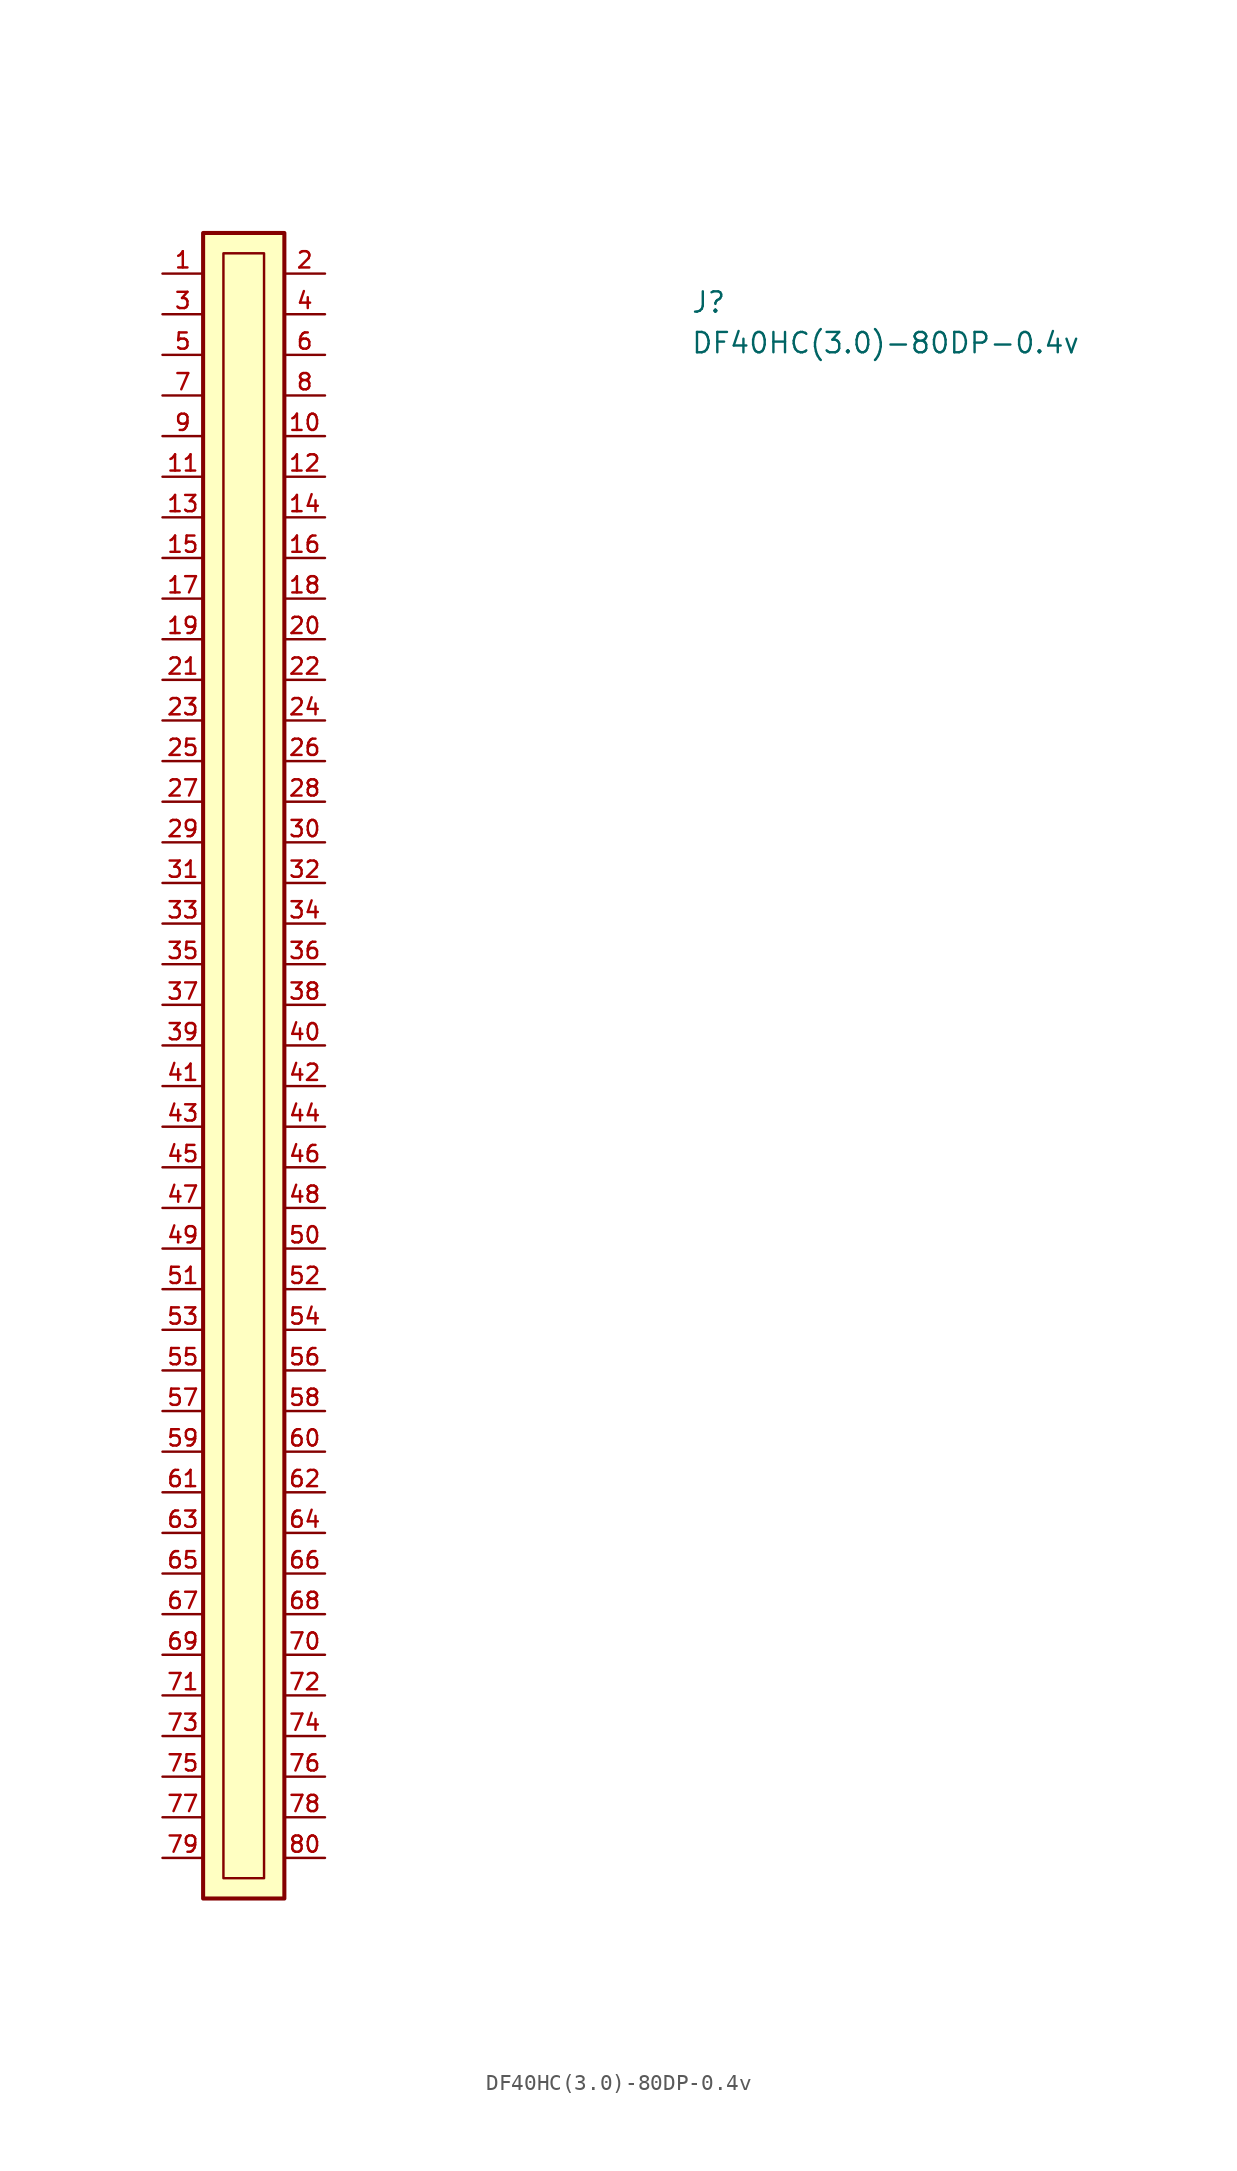
<source format=kicad_sym>
(kicad_symbol_lib
  (version 20211014)
  (generator kicad_symbol_editor)
  (symbol "DF40HC(3.0)-80DP-0.4v"
    (pin_names hide)
    (property "Reference" "J"
      (at 33.02 -2.54 0)
      (effects (font (size 1.27 1.27) (thickness 0.15)) (justify left bottom)))
    (property "Value" "DF40HC(3.0)-80DP-0.4v"
      (at 33.02 -5.08 0)
      (effects (font (size 1.27 1.27) (thickness 0.15)) (justify left bottom)))
    (symbol "DF40HC(3.0)-80DP-0.4v_0_0"
      (rectangle (start 2.54 2.54) (end 7.62 -101.6) (stroke (width 0.254) (type default) (color 0 0 0 0)) (fill (type background)))
      (pin passive line (at 0 0 0) (length 2.54) (name "1" (effects (font (size 1.016 1.016)))) (number "1" (effects (font (size 1.016 1.016)))))
      (pin passive line (at 10.16 -10.16 180) (length 2.54) (name "10" (effects (font (size 1.016 1.016)))) (number "10" (effects (font (size 1.016 1.016)))))
      (pin passive line (at 0 -12.7 0) (length 2.54) (name "11" (effects (font (size 1.016 1.016)))) (number "11" (effects (font (size 1.016 1.016)))))
      (pin passive line (at 10.16 -12.7 180) (length 2.54) (name "12" (effects (font (size 1.016 1.016)))) (number "12" (effects (font (size 1.016 1.016)))))
      (pin passive line (at 0 -15.24 0) (length 2.54) (name "13" (effects (font (size 1.016 1.016)))) (number "13" (effects (font (size 1.016 1.016)))))
      (pin passive line (at 10.16 -15.24 180) (length 2.54) (name "14" (effects (font (size 1.016 1.016)))) (number "14" (effects (font (size 1.016 1.016)))))
      (pin passive line (at 0 -17.78 0) (length 2.54) (name "15" (effects (font (size 1.016 1.016)))) (number "15" (effects (font (size 1.016 1.016)))))
      (pin passive line (at 10.16 -17.78 180) (length 2.54) (name "16" (effects (font (size 1.016 1.016)))) (number "16" (effects (font (size 1.016 1.016)))))
      (pin passive line (at 0 -20.32 0) (length 2.54) (name "17" (effects (font (size 1.016 1.016)))) (number "17" (effects (font (size 1.016 1.016)))))
      (pin passive line (at 10.16 -20.32 180) (length 2.54) (name "18" (effects (font (size 1.016 1.016)))) (number "18" (effects (font (size 1.016 1.016)))))
      (pin passive line (at 0 -22.86 0) (length 2.54) (name "19" (effects (font (size 1.016 1.016)))) (number "19" (effects (font (size 1.016 1.016)))))
      (pin passive line (at 10.16 0 180) (length 2.54) (name "2" (effects (font (size 1.016 1.016)))) (number "2" (effects (font (size 1.016 1.016)))))
      (pin passive line (at 10.16 -22.86 180) (length 2.54) (name "20" (effects (font (size 1.016 1.016)))) (number "20" (effects (font (size 1.016 1.016)))))
      (pin passive line (at 0 -25.4 0) (length 2.54) (name "21" (effects (font (size 1.016 1.016)))) (number "21" (effects (font (size 1.016 1.016)))))
      (pin passive line (at 10.16 -25.4 180) (length 2.54) (name "22" (effects (font (size 1.016 1.016)))) (number "22" (effects (font (size 1.016 1.016)))))
      (pin passive line (at 0 -27.94 0) (length 2.54) (name "23" (effects (font (size 1.016 1.016)))) (number "23" (effects (font (size 1.016 1.016)))))
      (pin passive line (at 10.16 -27.94 180) (length 2.54) (name "24" (effects (font (size 1.016 1.016)))) (number "24" (effects (font (size 1.016 1.016)))))
      (pin passive line (at 0 -30.48 0) (length 2.54) (name "25" (effects (font (size 1.016 1.016)))) (number "25" (effects (font (size 1.016 1.016)))))
      (pin passive line (at 10.16 -30.48 180) (length 2.54) (name "26" (effects (font (size 1.016 1.016)))) (number "26" (effects (font (size 1.016 1.016)))))
      (pin passive line (at 0 -33.02 0) (length 2.54) (name "27" (effects (font (size 1.016 1.016)))) (number "27" (effects (font (size 1.016 1.016)))))
      (pin passive line (at 10.16 -33.02 180) (length 2.54) (name "28" (effects (font (size 1.016 1.016)))) (number "28" (effects (font (size 1.016 1.016)))))
      (pin passive line (at 0 -35.56 0) (length 2.54) (name "29" (effects (font (size 1.016 1.016)))) (number "29" (effects (font (size 1.016 1.016)))))
      (pin passive line (at 0 -2.54 0) (length 2.54) (name "3" (effects (font (size 1.016 1.016)))) (number "3" (effects (font (size 1.016 1.016)))))
      (pin passive line (at 10.16 -35.56 180) (length 2.54) (name "30" (effects (font (size 1.016 1.016)))) (number "30" (effects (font (size 1.016 1.016)))))
      (pin passive line (at 0 -38.1 0) (length 2.54) (name "31" (effects (font (size 1.016 1.016)))) (number "31" (effects (font (size 1.016 1.016)))))
      (pin passive line (at 10.16 -38.1 180) (length 2.54) (name "32" (effects (font (size 1.016 1.016)))) (number "32" (effects (font (size 1.016 1.016)))))
      (pin passive line (at 0 -40.64 0) (length 2.54) (name "33" (effects (font (size 1.016 1.016)))) (number "33" (effects (font (size 1.016 1.016)))))
      (pin passive line (at 10.16 -40.64 180) (length 2.54) (name "34" (effects (font (size 1.016 1.016)))) (number "34" (effects (font (size 1.016 1.016)))))
      (pin passive line (at 0 -43.18 0) (length 2.54) (name "35" (effects (font (size 1.016 1.016)))) (number "35" (effects (font (size 1.016 1.016)))))
      (pin passive line (at 10.16 -43.18 180) (length 2.54) (name "36" (effects (font (size 1.016 1.016)))) (number "36" (effects (font (size 1.016 1.016)))))
      (pin passive line (at 0 -45.72 0) (length 2.54) (name "37" (effects (font (size 1.016 1.016)))) (number "37" (effects (font (size 1.016 1.016)))))
      (pin passive line (at 10.16 -45.72 180) (length 2.54) (name "38" (effects (font (size 1.016 1.016)))) (number "38" (effects (font (size 1.016 1.016)))))
      (pin passive line (at 0 -48.26 0) (length 2.54) (name "39" (effects (font (size 1.016 1.016)))) (number "39" (effects (font (size 1.016 1.016)))))
      (pin passive line (at 10.16 -2.54 180) (length 2.54) (name "4" (effects (font (size 1.016 1.016)))) (number "4" (effects (font (size 1.016 1.016)))))
      (pin passive line (at 10.16 -48.26 180) (length 2.54) (name "40" (effects (font (size 1.016 1.016)))) (number "40" (effects (font (size 1.016 1.016)))))
      (pin passive line (at 0 -50.8 0) (length 2.54) (name "41" (effects (font (size 1.016 1.016)))) (number "41" (effects (font (size 1.016 1.016)))))
      (pin passive line (at 10.16 -50.8 180) (length 2.54) (name "42" (effects (font (size 1.016 1.016)))) (number "42" (effects (font (size 1.016 1.016)))))
      (pin passive line (at 0 -53.34 0) (length 2.54) (name "43" (effects (font (size 1.016 1.016)))) (number "43" (effects (font (size 1.016 1.016)))))
      (pin passive line (at 10.16 -53.34 180) (length 2.54) (name "44" (effects (font (size 1.016 1.016)))) (number "44" (effects (font (size 1.016 1.016)))))
      (pin passive line (at 0 -55.88 0) (length 2.54) (name "45" (effects (font (size 1.016 1.016)))) (number "45" (effects (font (size 1.016 1.016)))))
      (pin passive line (at 10.16 -55.88 180) (length 2.54) (name "46" (effects (font (size 1.016 1.016)))) (number "46" (effects (font (size 1.016 1.016)))))
      (pin passive line (at 0 -58.42 0) (length 2.54) (name "47" (effects (font (size 1.016 1.016)))) (number "47" (effects (font (size 1.016 1.016)))))
      (pin passive line (at 10.16 -58.42 180) (length 2.54) (name "48" (effects (font (size 1.016 1.016)))) (number "48" (effects (font (size 1.016 1.016)))))
      (pin passive line (at 0 -60.96 0) (length 2.54) (name "49" (effects (font (size 1.016 1.016)))) (number "49" (effects (font (size 1.016 1.016)))))
      (pin passive line (at 0 -5.08 0) (length 2.54) (name "5" (effects (font (size 1.016 1.016)))) (number "5" (effects (font (size 1.016 1.016)))))
      (pin passive line (at 10.16 -60.96 180) (length 2.54) (name "50" (effects (font (size 1.016 1.016)))) (number "50" (effects (font (size 1.016 1.016)))))
      (pin passive line (at 0 -63.5 0) (length 2.54) (name "51" (effects (font (size 1.016 1.016)))) (number "51" (effects (font (size 1.016 1.016)))))
      (pin passive line (at 10.16 -63.5 180) (length 2.54) (name "52" (effects (font (size 1.016 1.016)))) (number "52" (effects (font (size 1.016 1.016)))))
      (pin passive line (at 0 -66.04 0) (length 2.54) (name "53" (effects (font (size 1.016 1.016)))) (number "53" (effects (font (size 1.016 1.016)))))
      (pin passive line (at 10.16 -66.04 180) (length 2.54) (name "54" (effects (font (size 1.016 1.016)))) (number "54" (effects (font (size 1.016 1.016)))))
      (pin passive line (at 0 -68.58 0) (length 2.54) (name "55" (effects (font (size 1.016 1.016)))) (number "55" (effects (font (size 1.016 1.016)))))
      (pin passive line (at 10.16 -68.58 180) (length 2.54) (name "56" (effects (font (size 1.016 1.016)))) (number "56" (effects (font (size 1.016 1.016)))))
      (pin passive line (at 0 -71.12 0) (length 2.54) (name "57" (effects (font (size 1.016 1.016)))) (number "57" (effects (font (size 1.016 1.016)))))
      (pin passive line (at 10.16 -71.12 180) (length 2.54) (name "58" (effects (font (size 1.016 1.016)))) (number "58" (effects (font (size 1.016 1.016)))))
      (pin passive line (at 0 -73.66 0) (length 2.54) (name "59" (effects (font (size 1.016 1.016)))) (number "59" (effects (font (size 1.016 1.016)))))
      (pin passive line (at 10.16 -5.08 180) (length 2.54) (name "6" (effects (font (size 1.016 1.016)))) (number "6" (effects (font (size 1.016 1.016)))))
      (pin passive line (at 10.16 -73.66 180) (length 2.54) (name "60" (effects (font (size 1.016 1.016)))) (number "60" (effects (font (size 1.016 1.016)))))
      (pin passive line (at 0 -76.2 0) (length 2.54) (name "61" (effects (font (size 1.016 1.016)))) (number "61" (effects (font (size 1.016 1.016)))))
      (pin passive line (at 10.16 -76.2 180) (length 2.54) (name "62" (effects (font (size 1.016 1.016)))) (number "62" (effects (font (size 1.016 1.016)))))
      (pin passive line (at 0 -78.74 0) (length 2.54) (name "63" (effects (font (size 1.016 1.016)))) (number "63" (effects (font (size 1.016 1.016)))))
      (pin passive line (at 10.16 -78.74 180) (length 2.54) (name "64" (effects (font (size 1.016 1.016)))) (number "64" (effects (font (size 1.016 1.016)))))
      (pin passive line (at 0 -81.28 0) (length 2.54) (name "65" (effects (font (size 1.016 1.016)))) (number "65" (effects (font (size 1.016 1.016)))))
      (pin passive line (at 10.16 -81.28 180) (length 2.54) (name "66" (effects (font (size 1.016 1.016)))) (number "66" (effects (font (size 1.016 1.016)))))
      (pin passive line (at 0 -83.82 0) (length 2.54) (name "67" (effects (font (size 1.016 1.016)))) (number "67" (effects (font (size 1.016 1.016)))))
      (pin passive line (at 10.16 -83.82 180) (length 2.54) (name "68" (effects (font (size 1.016 1.016)))) (number "68" (effects (font (size 1.016 1.016)))))
      (pin passive line (at 0 -86.36 0) (length 2.54) (name "69" (effects (font (size 1.016 1.016)))) (number "69" (effects (font (size 1.016 1.016)))))
      (pin passive line (at 0 -7.62 0) (length 2.54) (name "7" (effects (font (size 1.016 1.016)))) (number "7" (effects (font (size 1.016 1.016)))))
      (pin passive line (at 10.16 -86.36 180) (length 2.54) (name "70" (effects (font (size 1.016 1.016)))) (number "70" (effects (font (size 1.016 1.016)))))
      (pin passive line (at 0 -88.9 0) (length 2.54) (name "71" (effects (font (size 1.016 1.016)))) (number "71" (effects (font (size 1.016 1.016)))))
      (pin passive line (at 10.16 -88.9 180) (length 2.54) (name "72" (effects (font (size 1.016 1.016)))) (number "72" (effects (font (size 1.016 1.016)))))
      (pin passive line (at 0 -91.44 0) (length 2.54) (name "73" (effects (font (size 1.016 1.016)))) (number "73" (effects (font (size 1.016 1.016)))))
      (pin passive line (at 10.16 -91.44 180) (length 2.54) (name "74" (effects (font (size 1.016 1.016)))) (number "74" (effects (font (size 1.016 1.016)))))
      (pin passive line (at 0 -93.98 0) (length 2.54) (name "75" (effects (font (size 1.016 1.016)))) (number "75" (effects (font (size 1.016 1.016)))))
      (pin passive line (at 10.16 -93.98 180) (length 2.54) (name "76" (effects (font (size 1.016 1.016)))) (number "76" (effects (font (size 1.016 1.016)))))
      (pin passive line (at 0 -96.52 0) (length 2.54) (name "77" (effects (font (size 1.016 1.016)))) (number "77" (effects (font (size 1.016 1.016)))))
      (pin passive line (at 10.16 -96.52 180) (length 2.54) (name "78" (effects (font (size 1.016 1.016)))) (number "78" (effects (font (size 1.016 1.016)))))
      (pin passive line (at 0 -99.06 0) (length 2.54) (name "79" (effects (font (size 1.016 1.016)))) (number "79" (effects (font (size 1.016 1.016)))))
      (pin passive line (at 10.16 -7.62 180) (length 2.54) (name "8" (effects (font (size 1.016 1.016)))) (number "8" (effects (font (size 1.016 1.016)))))
      (pin passive line (at 10.16 -99.06 180) (length 2.54) (name "80" (effects (font (size 1.016 1.016)))) (number "80" (effects (font (size 1.016 1.016)))))
      (pin passive line (at 0 -10.16 0) (length 2.54) (name "9" (effects (font (size 1.016 1.016)))) (number "9" (effects (font (size 1.016 1.016))))))
    (symbol "DF40HC(3.0)-80DP-0.4v_0_1"
      (rectangle (start 3.81 1.27) (end 6.35 -100.33) (stroke (width 0) (type default) (color 0 0 0 0)) (fill (type none))))))
</source>
